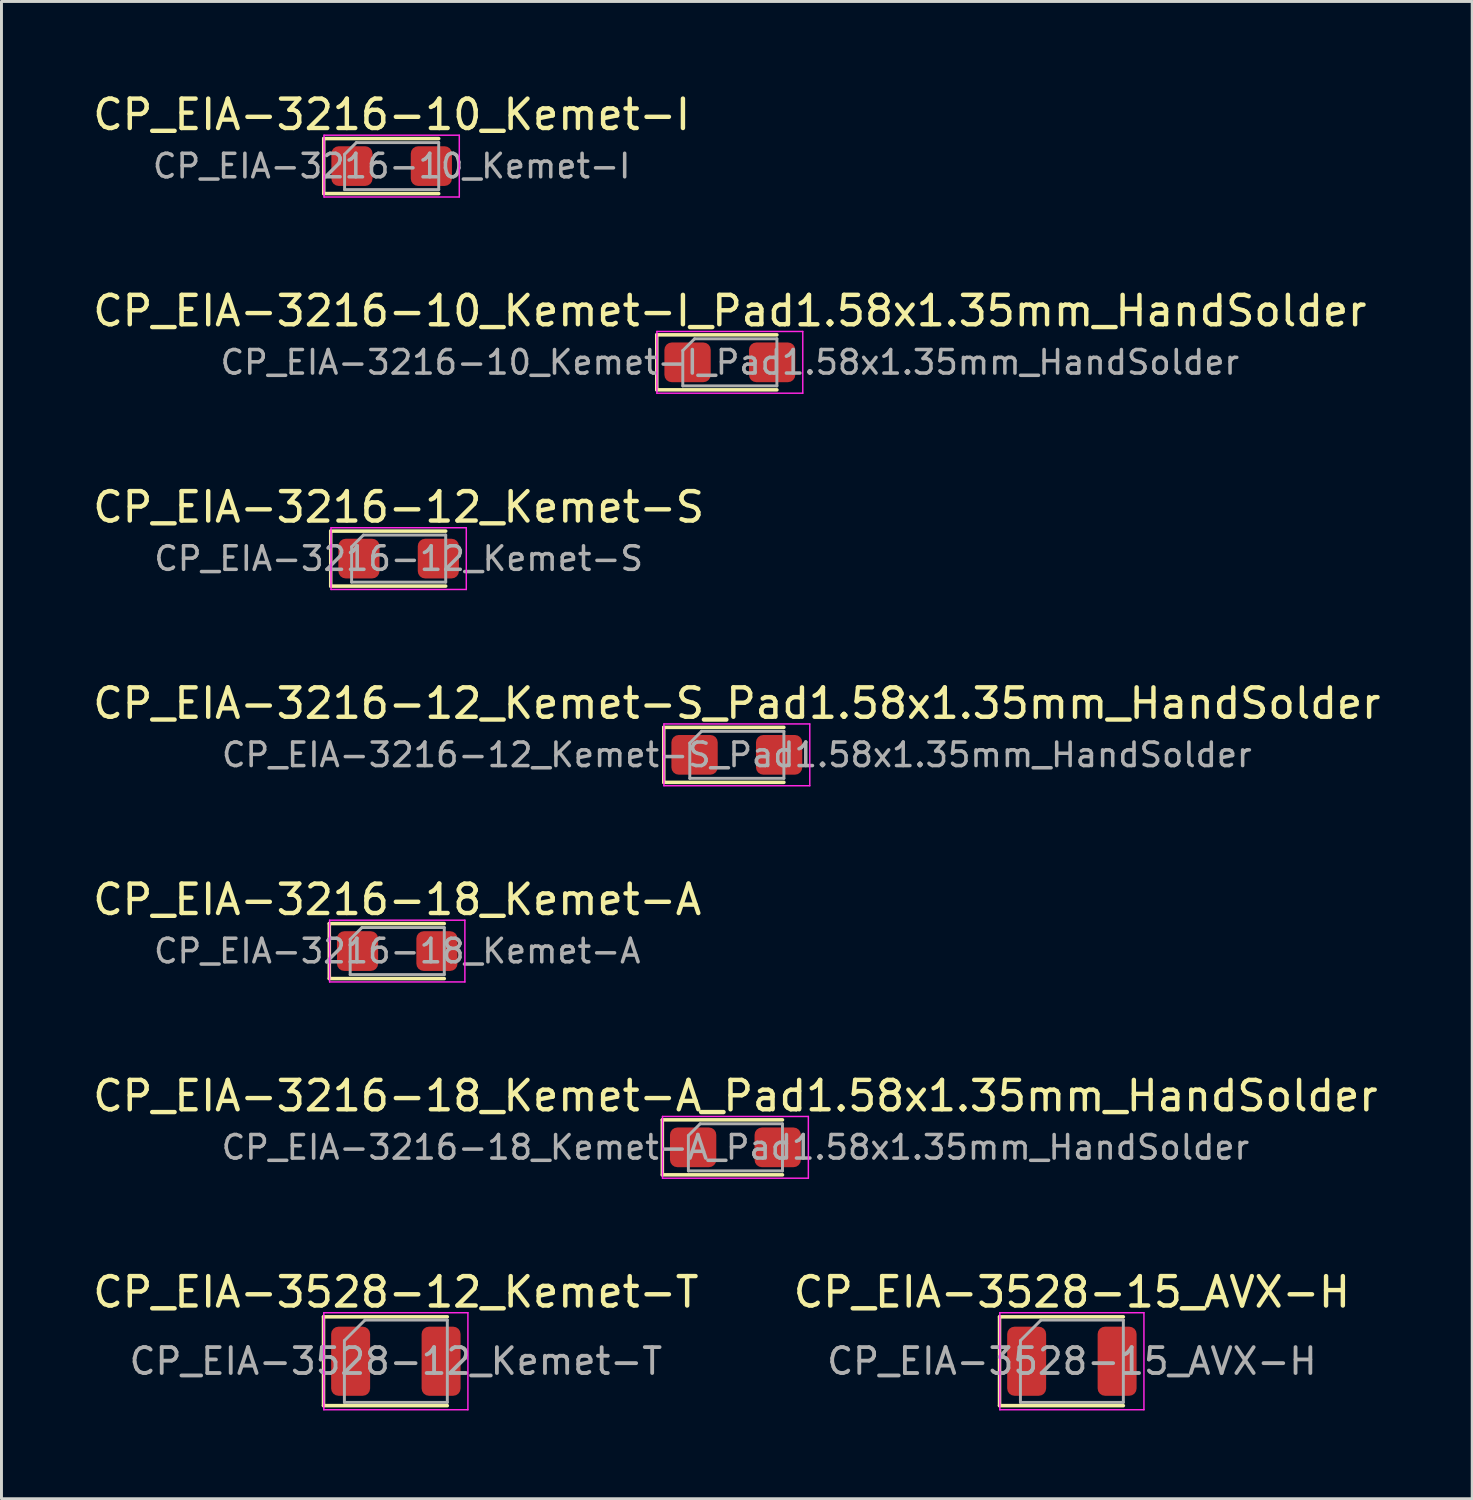
<source format=kicad_pcb>
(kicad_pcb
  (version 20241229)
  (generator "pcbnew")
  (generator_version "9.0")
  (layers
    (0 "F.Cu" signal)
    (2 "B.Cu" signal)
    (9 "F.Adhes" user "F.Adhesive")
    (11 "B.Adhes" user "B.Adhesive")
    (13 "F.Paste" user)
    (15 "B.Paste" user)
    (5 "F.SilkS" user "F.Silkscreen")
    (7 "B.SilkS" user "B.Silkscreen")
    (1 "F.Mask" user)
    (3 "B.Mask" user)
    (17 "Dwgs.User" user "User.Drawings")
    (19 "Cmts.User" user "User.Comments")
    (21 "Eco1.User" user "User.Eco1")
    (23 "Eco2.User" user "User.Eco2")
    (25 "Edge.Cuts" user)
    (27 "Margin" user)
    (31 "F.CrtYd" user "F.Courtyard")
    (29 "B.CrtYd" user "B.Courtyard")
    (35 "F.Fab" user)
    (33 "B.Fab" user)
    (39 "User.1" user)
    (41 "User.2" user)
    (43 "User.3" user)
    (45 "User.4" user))
  (footprint "CP_EIA-3216-10_Kemet-I_Pad1.58x1.35mm_HandSolder"
    (layer "F.Cu")
    (at 21.768 9.271)
    (property "Reference" "CP_EIA-3216-10_Kemet-I_Pad1.58x1.35mm_HandSolder" (at 0 -1.75 0) (layer "F.SilkS") (effects (font (size 1 1) (thickness 0.15))))
    (attr smd)
    (fp_line (start -2.485 -0.935) (end -2.485 0.935) (stroke (width 0.12) (type solid)) (layer "F.SilkS"))
    (fp_line (start -2.485 0.935) (end 1.6 0.935) (stroke (width 0.12) (type solid)) (layer "F.SilkS"))
    (fp_line (start 1.6 -0.935) (end -2.485 -0.935) (stroke (width 0.12) (type solid)) (layer "F.SilkS"))
    (fp_line (start -2.48 -1.05) (end 2.48 -1.05) (stroke (width 0.05) (type solid)) (layer "F.CrtYd"))
    (fp_line (start -2.48 1.05) (end -2.48 -1.05) (stroke (width 0.05) (type solid)) (layer "F.CrtYd"))
    (fp_line (start 2.48 -1.05) (end 2.48 1.05) (stroke (width 0.05) (type solid)) (layer "F.CrtYd"))
    (fp_line (start 2.48 1.05) (end -2.48 1.05) (stroke (width 0.05) (type solid)) (layer "F.CrtYd"))
    (fp_line (start -1.6 -0.4) (end -1.6 0.8) (stroke (width 0.1) (type solid)) (layer "F.Fab"))
    (fp_line (start -1.6 0.8) (end 1.6 0.8) (stroke (width 0.1) (type solid)) (layer "F.Fab"))
    (fp_line (start -1.2 -0.8) (end -1.6 -0.4) (stroke (width 0.1) (type solid)) (layer "F.Fab"))
    (fp_line (start 1.6 -0.8) (end -1.2 -0.8) (stroke (width 0.1) (type solid)) (layer "F.Fab"))
    (fp_line (start 1.6 0.8) (end 1.6 -0.8) (stroke (width 0.1) (type solid)) (layer "F.Fab"))
    (fp_text user "${REFERENCE}" (at 0 0 0) (layer "F.Fab") (effects (font (size 0.8 0.8) (thickness 0.12))))
    (pad "1" smd roundrect (at -1.438 0) (size 1.575 1.35) (layers "F.Cu" "F.Mask" "F.Paste") (roundrect_rratio 0.185))
    (pad "2" smd roundrect (at 1.438 0) (size 1.575 1.35) (layers "F.Cu" "F.Mask" "F.Paste") (roundrect_rratio 0.185)))
  (footprint "CP_EIA-3216-10_Kemet-I"
    (layer "F.Cu")
    (at 10.268 2.598)
    (property "Reference" "CP_EIA-3216-10_Kemet-I" (at 0 -1.75 0) (layer "F.SilkS") (effects (font (size 1 1) (thickness 0.15))))
    (attr smd)
    (fp_line (start -2.31 -0.935) (end -2.31 0.935) (stroke (width 0.12) (type solid)) (layer "F.SilkS"))
    (fp_line (start -2.31 0.935) (end 1.6 0.935) (stroke (width 0.12) (type solid)) (layer "F.SilkS"))
    (fp_line (start 1.6 -0.935) (end -2.31 -0.935) (stroke (width 0.12) (type solid)) (layer "F.SilkS"))
    (fp_line (start -2.3 -1.05) (end 2.3 -1.05) (stroke (width 0.05) (type solid)) (layer "F.CrtYd"))
    (fp_line (start -2.3 1.05) (end -2.3 -1.05) (stroke (width 0.05) (type solid)) (layer "F.CrtYd"))
    (fp_line (start 2.3 -1.05) (end 2.3 1.05) (stroke (width 0.05) (type solid)) (layer "F.CrtYd"))
    (fp_line (start 2.3 1.05) (end -2.3 1.05) (stroke (width 0.05) (type solid)) (layer "F.CrtYd"))
    (fp_line (start -1.6 -0.4) (end -1.6 0.8) (stroke (width 0.1) (type solid)) (layer "F.Fab"))
    (fp_line (start -1.6 0.8) (end 1.6 0.8) (stroke (width 0.1) (type solid)) (layer "F.Fab"))
    (fp_line (start -1.2 -0.8) (end -1.6 -0.4) (stroke (width 0.1) (type solid)) (layer "F.Fab"))
    (fp_line (start 1.6 -0.8) (end -1.2 -0.8) (stroke (width 0.1) (type solid)) (layer "F.Fab"))
    (fp_line (start 1.6 0.8) (end 1.6 -0.8) (stroke (width 0.1) (type solid)) (layer "F.Fab"))
    (fp_text user "${REFERENCE}" (at 0 0 0) (layer "F.Fab") (effects (font (size 0.8 0.8) (thickness 0.12))))
    (pad "1" smd roundrect (at -1.35 0) (size 1.4 1.35) (layers "F.Cu" "F.Mask" "F.Paste") (roundrect_rratio 0.185))
    (pad "2" smd roundrect (at 1.35 0) (size 1.4 1.35) (layers "F.Cu" "F.Mask" "F.Paste") (roundrect_rratio 0.185)))
  (footprint "CP_EIA-3528-15_AVX-H"
    (layer "F.Cu")
    (at 33.399 43.238)
    (property "Reference" "CP_EIA-3528-15_AVX-H" (at 0 -2.35 0) (layer "F.SilkS") (effects (font (size 1 1) (thickness 0.15))))
    (attr smd)
    (fp_line (start -2.46 -1.51) (end -2.46 1.51) (stroke (width 0.12) (type solid)) (layer "F.SilkS"))
    (fp_line (start -2.46 1.51) (end 1.75 1.51) (stroke (width 0.12) (type solid)) (layer "F.SilkS"))
    (fp_line (start 1.75 -1.51) (end -2.46 -1.51) (stroke (width 0.12) (type solid)) (layer "F.SilkS"))
    (fp_line (start -2.45 -1.65) (end 2.45 -1.65) (stroke (width 0.05) (type solid)) (layer "F.CrtYd"))
    (fp_line (start -2.45 1.65) (end -2.45 -1.65) (stroke (width 0.05) (type solid)) (layer "F.CrtYd"))
    (fp_line (start 2.45 -1.65) (end 2.45 1.65) (stroke (width 0.05) (type solid)) (layer "F.CrtYd"))
    (fp_line (start 2.45 1.65) (end -2.45 1.65) (stroke (width 0.05) (type solid)) (layer "F.CrtYd"))
    (fp_line (start -1.75 -0.7) (end -1.75 1.4) (stroke (width 0.1) (type solid)) (layer "F.Fab"))
    (fp_line (start -1.75 1.4) (end 1.75 1.4) (stroke (width 0.1) (type solid)) (layer "F.Fab"))
    (fp_line (start -1.05 -1.4) (end -1.75 -0.7) (stroke (width 0.1) (type solid)) (layer "F.Fab"))
    (fp_line (start 1.75 -1.4) (end -1.05 -1.4) (stroke (width 0.1) (type solid)) (layer "F.Fab"))
    (fp_line (start 1.75 1.4) (end 1.75 -1.4) (stroke (width 0.1) (type solid)) (layer "F.Fab"))
    (fp_text user "${REFERENCE}" (at 0 0 0) (layer "F.Fab") (effects (font (size 0.88 0.88) (thickness 0.13))))
    (pad "1" smd roundrect (at -1.538 0) (size 1.325 2.35) (layers "F.Cu" "F.Mask" "F.Paste") (roundrect_rratio 0.189))
    (pad "2" smd roundrect (at 1.538 0) (size 1.325 2.35) (layers "F.Cu" "F.Mask" "F.Paste") (roundrect_rratio 0.189)))
  (footprint "CP_EIA-3216-12_Kemet-S_Pad1.58x1.35mm_HandSolder"
    (layer "F.Cu")
    (at 22.006 22.618)
    (property "Reference" "CP_EIA-3216-12_Kemet-S_Pad1.58x1.35mm_HandSolder" (at 0 -1.75 0) (layer "F.SilkS") (effects (font (size 1 1) (thickness 0.15))))
    (attr smd)
    (fp_line (start -2.485 -0.935) (end -2.485 0.935) (stroke (width 0.12) (type solid)) (layer "F.SilkS"))
    (fp_line (start -2.485 0.935) (end 1.6 0.935) (stroke (width 0.12) (type solid)) (layer "F.SilkS"))
    (fp_line (start 1.6 -0.935) (end -2.485 -0.935) (stroke (width 0.12) (type solid)) (layer "F.SilkS"))
    (fp_line (start -2.48 -1.05) (end 2.48 -1.05) (stroke (width 0.05) (type solid)) (layer "F.CrtYd"))
    (fp_line (start -2.48 1.05) (end -2.48 -1.05) (stroke (width 0.05) (type solid)) (layer "F.CrtYd"))
    (fp_line (start 2.48 -1.05) (end 2.48 1.05) (stroke (width 0.05) (type solid)) (layer "F.CrtYd"))
    (fp_line (start 2.48 1.05) (end -2.48 1.05) (stroke (width 0.05) (type solid)) (layer "F.CrtYd"))
    (fp_line (start -1.6 -0.4) (end -1.6 0.8) (stroke (width 0.1) (type solid)) (layer "F.Fab"))
    (fp_line (start -1.6 0.8) (end 1.6 0.8) (stroke (width 0.1) (type solid)) (layer "F.Fab"))
    (fp_line (start -1.2 -0.8) (end -1.6 -0.4) (stroke (width 0.1) (type solid)) (layer "F.Fab"))
    (fp_line (start 1.6 -0.8) (end -1.2 -0.8) (stroke (width 0.1) (type solid)) (layer "F.Fab"))
    (fp_line (start 1.6 0.8) (end 1.6 -0.8) (stroke (width 0.1) (type solid)) (layer "F.Fab"))
    (fp_text user "${REFERENCE}" (at 0 0 0) (layer "F.Fab") (effects (font (size 0.8 0.8) (thickness 0.12))))
    (pad "1" smd roundrect (at -1.438 0) (size 1.575 1.35) (layers "F.Cu" "F.Mask" "F.Paste") (roundrect_rratio 0.185))
    (pad "2" smd roundrect (at 1.438 0) (size 1.575 1.35) (layers "F.Cu" "F.Mask" "F.Paste") (roundrect_rratio 0.185)))
  (footprint "CP_EIA-3528-12_Kemet-T"
    (layer "F.Cu")
    (at 10.411 43.238)
    (property "Reference" "CP_EIA-3528-12_Kemet-T" (at 0 -2.35 0) (layer "F.SilkS") (effects (font (size 1 1) (thickness 0.15))))
    (attr smd)
    (fp_line (start -2.46 -1.51) (end -2.46 1.51) (stroke (width 0.12) (type solid)) (layer "F.SilkS"))
    (fp_line (start -2.46 1.51) (end 1.75 1.51) (stroke (width 0.12) (type solid)) (layer "F.SilkS"))
    (fp_line (start 1.75 -1.51) (end -2.46 -1.51) (stroke (width 0.12) (type solid)) (layer "F.SilkS"))
    (fp_line (start -2.45 -1.65) (end 2.45 -1.65) (stroke (width 0.05) (type solid)) (layer "F.CrtYd"))
    (fp_line (start -2.45 1.65) (end -2.45 -1.65) (stroke (width 0.05) (type solid)) (layer "F.CrtYd"))
    (fp_line (start 2.45 -1.65) (end 2.45 1.65) (stroke (width 0.05) (type solid)) (layer "F.CrtYd"))
    (fp_line (start 2.45 1.65) (end -2.45 1.65) (stroke (width 0.05) (type solid)) (layer "F.CrtYd"))
    (fp_line (start -1.75 -0.7) (end -1.75 1.4) (stroke (width 0.1) (type solid)) (layer "F.Fab"))
    (fp_line (start -1.75 1.4) (end 1.75 1.4) (stroke (width 0.1) (type solid)) (layer "F.Fab"))
    (fp_line (start -1.05 -1.4) (end -1.75 -0.7) (stroke (width 0.1) (type solid)) (layer "F.Fab"))
    (fp_line (start 1.75 -1.4) (end -1.05 -1.4) (stroke (width 0.1) (type solid)) (layer "F.Fab"))
    (fp_line (start 1.75 1.4) (end 1.75 -1.4) (stroke (width 0.1) (type solid)) (layer "F.Fab"))
    (fp_text user "${REFERENCE}" (at 0 0 0) (layer "F.Fab") (effects (font (size 0.88 0.88) (thickness 0.13))))
    (pad "1" smd roundrect (at -1.538 0) (size 1.325 2.35) (layers "F.Cu" "F.Mask" "F.Paste") (roundrect_rratio 0.189))
    (pad "2" smd roundrect (at 1.538 0) (size 1.325 2.35) (layers "F.Cu" "F.Mask" "F.Paste") (roundrect_rratio 0.189)))
  (footprint "CP_EIA-3216-12_Kemet-S"
    (layer "F.Cu")
    (at 10.506 15.945)
    (property "Reference" "CP_EIA-3216-12_Kemet-S" (at 0 -1.75 0) (layer "F.SilkS") (effects (font (size 1 1) (thickness 0.15))))
    (attr smd)
    (fp_line (start -2.31 -0.935) (end -2.31 0.935) (stroke (width 0.12) (type solid)) (layer "F.SilkS"))
    (fp_line (start -2.31 0.935) (end 1.6 0.935) (stroke (width 0.12) (type solid)) (layer "F.SilkS"))
    (fp_line (start 1.6 -0.935) (end -2.31 -0.935) (stroke (width 0.12) (type solid)) (layer "F.SilkS"))
    (fp_line (start -2.3 -1.05) (end 2.3 -1.05) (stroke (width 0.05) (type solid)) (layer "F.CrtYd"))
    (fp_line (start -2.3 1.05) (end -2.3 -1.05) (stroke (width 0.05) (type solid)) (layer "F.CrtYd"))
    (fp_line (start 2.3 -1.05) (end 2.3 1.05) (stroke (width 0.05) (type solid)) (layer "F.CrtYd"))
    (fp_line (start 2.3 1.05) (end -2.3 1.05) (stroke (width 0.05) (type solid)) (layer "F.CrtYd"))
    (fp_line (start -1.6 -0.4) (end -1.6 0.8) (stroke (width 0.1) (type solid)) (layer "F.Fab"))
    (fp_line (start -1.6 0.8) (end 1.6 0.8) (stroke (width 0.1) (type solid)) (layer "F.Fab"))
    (fp_line (start -1.2 -0.8) (end -1.6 -0.4) (stroke (width 0.1) (type solid)) (layer "F.Fab"))
    (fp_line (start 1.6 -0.8) (end -1.2 -0.8) (stroke (width 0.1) (type solid)) (layer "F.Fab"))
    (fp_line (start 1.6 0.8) (end 1.6 -0.8) (stroke (width 0.1) (type solid)) (layer "F.Fab"))
    (fp_text user "${REFERENCE}" (at 0 0 0) (layer "F.Fab") (effects (font (size 0.8 0.8) (thickness 0.12))))
    (pad "1" smd roundrect (at -1.35 0) (size 1.4 1.35) (layers "F.Cu" "F.Mask" "F.Paste") (roundrect_rratio 0.185))
    (pad "2" smd roundrect (at 1.35 0) (size 1.4 1.35) (layers "F.Cu" "F.Mask" "F.Paste") (roundrect_rratio 0.185)))
  (footprint "CP_EIA-3216-18_Kemet-A_Pad1.58x1.35mm_HandSolder"
    (layer "F.Cu")
    (at 21.958 35.965)
    (property "Reference" "CP_EIA-3216-18_Kemet-A_Pad1.58x1.35mm_HandSolder" (at 0 -1.75 0) (layer "F.SilkS") (effects (font (size 1 1) (thickness 0.15))))
    (attr smd)
    (fp_line (start -2.485 -0.935) (end -2.485 0.935) (stroke (width 0.12) (type solid)) (layer "F.SilkS"))
    (fp_line (start -2.485 0.935) (end 1.6 0.935) (stroke (width 0.12) (type solid)) (layer "F.SilkS"))
    (fp_line (start 1.6 -0.935) (end -2.485 -0.935) (stroke (width 0.12) (type solid)) (layer "F.SilkS"))
    (fp_line (start -2.48 -1.05) (end 2.48 -1.05) (stroke (width 0.05) (type solid)) (layer "F.CrtYd"))
    (fp_line (start -2.48 1.05) (end -2.48 -1.05) (stroke (width 0.05) (type solid)) (layer "F.CrtYd"))
    (fp_line (start 2.48 -1.05) (end 2.48 1.05) (stroke (width 0.05) (type solid)) (layer "F.CrtYd"))
    (fp_line (start 2.48 1.05) (end -2.48 1.05) (stroke (width 0.05) (type solid)) (layer "F.CrtYd"))
    (fp_line (start -1.6 -0.4) (end -1.6 0.8) (stroke (width 0.1) (type solid)) (layer "F.Fab"))
    (fp_line (start -1.6 0.8) (end 1.6 0.8) (stroke (width 0.1) (type solid)) (layer "F.Fab"))
    (fp_line (start -1.2 -0.8) (end -1.6 -0.4) (stroke (width 0.1) (type solid)) (layer "F.Fab"))
    (fp_line (start 1.6 -0.8) (end -1.2 -0.8) (stroke (width 0.1) (type solid)) (layer "F.Fab"))
    (fp_line (start 1.6 0.8) (end 1.6 -0.8) (stroke (width 0.1) (type solid)) (layer "F.Fab"))
    (fp_text user "${REFERENCE}" (at 0 0 0) (layer "F.Fab") (effects (font (size 0.8 0.8) (thickness 0.12))))
    (pad "1" smd roundrect (at -1.438 0) (size 1.575 1.35) (layers "F.Cu" "F.Mask" "F.Paste") (roundrect_rratio 0.185))
    (pad "2" smd roundrect (at 1.438 0) (size 1.575 1.35) (layers "F.Cu" "F.Mask" "F.Paste") (roundrect_rratio 0.185)))
  (footprint "CP_EIA-3216-18_Kemet-A"
    (layer "F.Cu")
    (at 10.458 29.291)
    (property "Reference" "CP_EIA-3216-18_Kemet-A" (at 0 -1.75 0) (layer "F.SilkS") (effects (font (size 1 1) (thickness 0.15))))
    (attr smd)
    (fp_line (start -2.31 -0.935) (end -2.31 0.935) (stroke (width 0.12) (type solid)) (layer "F.SilkS"))
    (fp_line (start -2.31 0.935) (end 1.6 0.935) (stroke (width 0.12) (type solid)) (layer "F.SilkS"))
    (fp_line (start 1.6 -0.935) (end -2.31 -0.935) (stroke (width 0.12) (type solid)) (layer "F.SilkS"))
    (fp_line (start -2.3 -1.05) (end 2.3 -1.05) (stroke (width 0.05) (type solid)) (layer "F.CrtYd"))
    (fp_line (start -2.3 1.05) (end -2.3 -1.05) (stroke (width 0.05) (type solid)) (layer "F.CrtYd"))
    (fp_line (start 2.3 -1.05) (end 2.3 1.05) (stroke (width 0.05) (type solid)) (layer "F.CrtYd"))
    (fp_line (start 2.3 1.05) (end -2.3 1.05) (stroke (width 0.05) (type solid)) (layer "F.CrtYd"))
    (fp_line (start -1.6 -0.4) (end -1.6 0.8) (stroke (width 0.1) (type solid)) (layer "F.Fab"))
    (fp_line (start -1.6 0.8) (end 1.6 0.8) (stroke (width 0.1) (type solid)) (layer "F.Fab"))
    (fp_line (start -1.2 -0.8) (end -1.6 -0.4) (stroke (width 0.1) (type solid)) (layer "F.Fab"))
    (fp_line (start 1.6 -0.8) (end -1.2 -0.8) (stroke (width 0.1) (type solid)) (layer "F.Fab"))
    (fp_line (start 1.6 0.8) (end 1.6 -0.8) (stroke (width 0.1) (type solid)) (layer "F.Fab"))
    (fp_text user "${REFERENCE}" (at 0 0 0) (layer "F.Fab") (effects (font (size 0.8 0.8) (thickness 0.12))))
    (pad "1" smd roundrect (at -1.35 0) (size 1.4 1.35) (layers "F.Cu" "F.Mask" "F.Paste") (roundrect_rratio 0.185))
    (pad "2" smd roundrect (at 1.35 0) (size 1.4 1.35) (layers "F.Cu" "F.Mask" "F.Paste") (roundrect_rratio 0.185)))
  (gr_rect
    (start -3 -3)
    (end 47.012 47.913)
    (stroke (width 0.1) (type default))
    (fill no)
    (layer "Edge.Cuts")))
</source>
